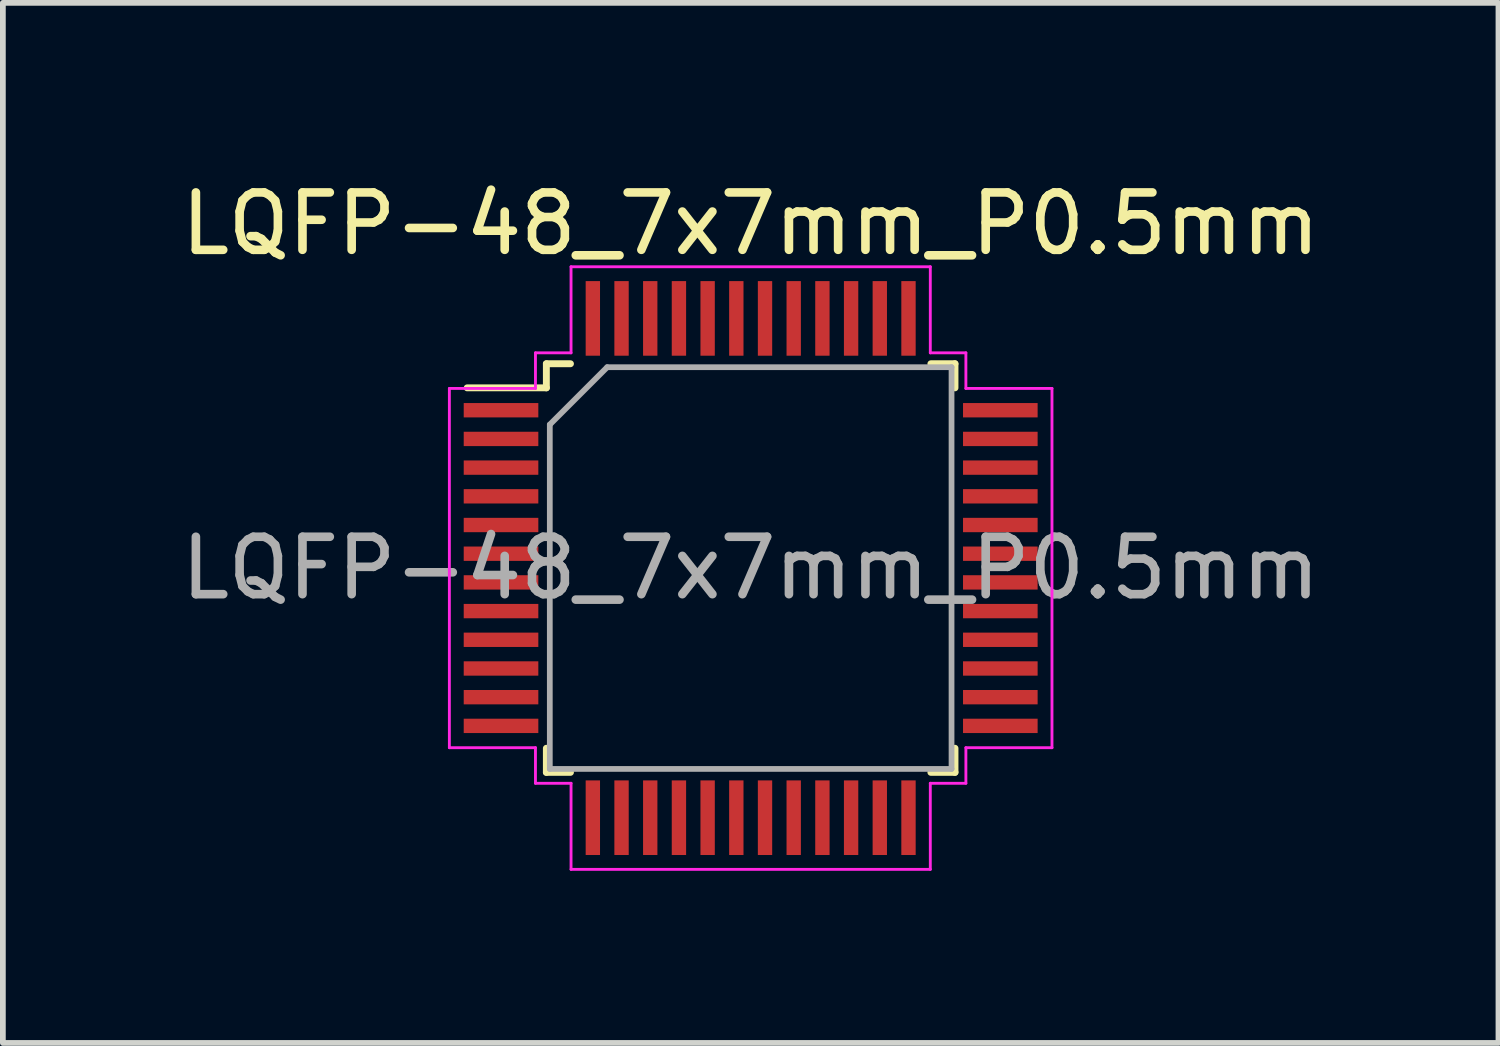
<source format=kicad_pcb>
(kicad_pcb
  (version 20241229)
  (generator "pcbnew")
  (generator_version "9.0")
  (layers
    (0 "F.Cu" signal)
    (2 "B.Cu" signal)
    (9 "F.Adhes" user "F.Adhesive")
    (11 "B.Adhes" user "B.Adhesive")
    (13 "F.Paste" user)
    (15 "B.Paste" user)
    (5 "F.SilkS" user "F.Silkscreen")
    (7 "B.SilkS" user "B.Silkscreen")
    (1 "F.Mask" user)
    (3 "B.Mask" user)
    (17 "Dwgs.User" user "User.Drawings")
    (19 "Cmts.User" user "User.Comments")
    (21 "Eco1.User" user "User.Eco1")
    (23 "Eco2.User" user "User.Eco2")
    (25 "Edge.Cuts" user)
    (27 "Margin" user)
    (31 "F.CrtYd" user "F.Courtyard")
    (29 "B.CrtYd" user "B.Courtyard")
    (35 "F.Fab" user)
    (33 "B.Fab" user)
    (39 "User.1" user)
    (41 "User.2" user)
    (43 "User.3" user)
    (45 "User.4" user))
  (footprint "LQFP-48_7x7mm_P0.5mm"
    (layer "F.Cu")
    (at 10.03 6.848)
    (property "Reference" "LQFP-48_7x7mm_P0.5mm" (at 0 -6 0) (layer "F.SilkS") (effects (font (size 1 1) (thickness 0.15))))
    (attr smd)
    (fp_line (start -3.56 -3.56) (end -3.56 -3.14) (stroke (width 0.12) (type solid)) (layer "F.SilkS"))
    (fp_line (start -3.56 -3.56) (end -3.14 -3.56) (stroke (width 0.12) (type solid)) (layer "F.SilkS"))
    (fp_line (start -3.56 -3.14) (end -4.94 -3.14) (stroke (width 0.12) (type solid)) (layer "F.SilkS"))
    (fp_line (start -3.56 3.56) (end -3.56 3.14) (stroke (width 0.12) (type solid)) (layer "F.SilkS"))
    (fp_line (start -3.56 3.56) (end -3.14 3.56) (stroke (width 0.12) (type solid)) (layer "F.SilkS"))
    (fp_line (start 3.56 -3.56) (end 3.14 -3.56) (stroke (width 0.12) (type solid)) (layer "F.SilkS"))
    (fp_line (start 3.56 -3.56) (end 3.56 -3.14) (stroke (width 0.12) (type solid)) (layer "F.SilkS"))
    (fp_line (start 3.56 3.56) (end 3.14 3.56) (stroke (width 0.12) (type solid)) (layer "F.SilkS"))
    (fp_line (start 3.56 3.56) (end 3.56 3.14) (stroke (width 0.12) (type solid)) (layer "F.SilkS"))
    (fp_line (start -5.25 -3.13) (end -5.25 3.13) (stroke (width 0.05) (type solid)) (layer "F.CrtYd"))
    (fp_line (start -3.75 -3.13) (end -5.25 -3.13) (stroke (width 0.05) (type solid)) (layer "F.CrtYd"))
    (fp_line (start -3.75 -3.13) (end -3.75 -3.75) (stroke (width 0.05) (type solid)) (layer "F.CrtYd"))
    (fp_line (start -3.75 3.13) (end -5.25 3.13) (stroke (width 0.05) (type solid)) (layer "F.CrtYd"))
    (fp_line (start -3.75 3.13) (end -3.75 3.75) (stroke (width 0.05) (type solid)) (layer "F.CrtYd"))
    (fp_line (start -3.13 -5.25) (end 3.13 -5.25) (stroke (width 0.05) (type solid)) (layer "F.CrtYd"))
    (fp_line (start -3.13 -3.75) (end -3.75 -3.75) (stroke (width 0.05) (type solid)) (layer "F.CrtYd"))
    (fp_line (start -3.13 -3.75) (end -3.13 -5.25) (stroke (width 0.05) (type solid)) (layer "F.CrtYd"))
    (fp_line (start -3.13 3.75) (end -3.75 3.75) (stroke (width 0.05) (type solid)) (layer "F.CrtYd"))
    (fp_line (start -3.13 3.75) (end -3.13 5.25) (stroke (width 0.05) (type solid)) (layer "F.CrtYd"))
    (fp_line (start -3.13 5.25) (end 3.13 5.25) (stroke (width 0.05) (type solid)) (layer "F.CrtYd"))
    (fp_line (start 3.13 -3.75) (end 3.13 -5.25) (stroke (width 0.05) (type solid)) (layer "F.CrtYd"))
    (fp_line (start 3.13 -3.75) (end 3.75 -3.75) (stroke (width 0.05) (type solid)) (layer "F.CrtYd"))
    (fp_line (start 3.13 3.75) (end 3.75 3.75) (stroke (width 0.05) (type solid)) (layer "F.CrtYd"))
    (fp_line (start 3.13 5.25) (end 3.13 3.75) (stroke (width 0.05) (type solid)) (layer "F.CrtYd"))
    (fp_line (start 3.75 -3.13) (end 3.75 -3.75) (stroke (width 0.05) (type solid)) (layer "F.CrtYd"))
    (fp_line (start 3.75 -3.13) (end 5.25 -3.13) (stroke (width 0.05) (type solid)) (layer "F.CrtYd"))
    (fp_line (start 3.75 3.13) (end 3.75 3.75) (stroke (width 0.05) (type solid)) (layer "F.CrtYd"))
    (fp_line (start 3.75 3.13) (end 5.25 3.13) (stroke (width 0.05) (type solid)) (layer "F.CrtYd"))
    (fp_line (start 5.25 -3.13) (end 5.25 3.13) (stroke (width 0.05) (type solid)) (layer "F.CrtYd"))
    (fp_line (start -3.5 -2.5) (end -2.5 -3.5) (stroke (width 0.1) (type solid)) (layer "F.Fab"))
    (fp_line (start -3.5 3.5) (end -3.5 -2.5) (stroke (width 0.1) (type solid)) (layer "F.Fab"))
    (fp_line (start -2.5 -3.5) (end 3.5 -3.5) (stroke (width 0.1) (type solid)) (layer "F.Fab"))
    (fp_line (start 3.5 -3.5) (end 3.5 3.5) (stroke (width 0.1) (type solid)) (layer "F.Fab"))
    (fp_line (start 3.5 3.5) (end -3.5 3.5) (stroke (width 0.1) (type solid)) (layer "F.Fab"))
    (fp_text user "${REFERENCE}" (at 0 0 0) (layer "F.Fab") (effects (font (size 1 1) (thickness 0.15))))
    (pad "1" smd rect (at -4.35 -2.75) (size 1.3 0.25) (layers "F.Cu" "F.Mask" "F.Paste"))
    (pad "2" smd rect (at -4.35 -2.25) (size 1.3 0.25) (layers "F.Cu" "F.Mask" "F.Paste"))
    (pad "3" smd rect (at -4.35 -1.75) (size 1.3 0.25) (layers "F.Cu" "F.Mask" "F.Paste"))
    (pad "4" smd rect (at -4.35 -1.25) (size 1.3 0.25) (layers "F.Cu" "F.Mask" "F.Paste"))
    (pad "5" smd rect (at -4.35 -0.75) (size 1.3 0.25) (layers "F.Cu" "F.Mask" "F.Paste"))
    (pad "6" smd rect (at -4.35 -0.25) (size 1.3 0.25) (layers "F.Cu" "F.Mask" "F.Paste"))
    (pad "7" smd rect (at -4.35 0.25) (size 1.3 0.25) (layers "F.Cu" "F.Mask" "F.Paste"))
    (pad "8" smd rect (at -4.35 0.75) (size 1.3 0.25) (layers "F.Cu" "F.Mask" "F.Paste"))
    (pad "9" smd rect (at -4.35 1.25) (size 1.3 0.25) (layers "F.Cu" "F.Mask" "F.Paste"))
    (pad "10" smd rect (at -4.35 1.75) (size 1.3 0.25) (layers "F.Cu" "F.Mask" "F.Paste"))
    (pad "11" smd rect (at -4.35 2.25) (size 1.3 0.25) (layers "F.Cu" "F.Mask" "F.Paste"))
    (pad "12" smd rect (at -4.35 2.75) (size 1.3 0.25) (layers "F.Cu" "F.Mask" "F.Paste"))
    (pad "13" smd rect (at -2.75 4.35 90) (size 1.3 0.25) (layers "F.Cu" "F.Mask" "F.Paste"))
    (pad "14" smd rect (at -2.25 4.35 90) (size 1.3 0.25) (layers "F.Cu" "F.Mask" "F.Paste"))
    (pad "15" smd rect (at -1.75 4.35 90) (size 1.3 0.25) (layers "F.Cu" "F.Mask" "F.Paste"))
    (pad "16" smd rect (at -1.25 4.35 90) (size 1.3 0.25) (layers "F.Cu" "F.Mask" "F.Paste"))
    (pad "17" smd rect (at -0.75 4.35 90) (size 1.3 0.25) (layers "F.Cu" "F.Mask" "F.Paste"))
    (pad "18" smd rect (at -0.25 4.35 90) (size 1.3 0.25) (layers "F.Cu" "F.Mask" "F.Paste"))
    (pad "19" smd rect (at 0.25 4.35 90) (size 1.3 0.25) (layers "F.Cu" "F.Mask" "F.Paste"))
    (pad "20" smd rect (at 0.75 4.35 90) (size 1.3 0.25) (layers "F.Cu" "F.Mask" "F.Paste"))
    (pad "21" smd rect (at 1.25 4.35 90) (size 1.3 0.25) (layers "F.Cu" "F.Mask" "F.Paste"))
    (pad "22" smd rect (at 1.75 4.35 90) (size 1.3 0.25) (layers "F.Cu" "F.Mask" "F.Paste"))
    (pad "23" smd rect (at 2.25 4.35 90) (size 1.3 0.25) (layers "F.Cu" "F.Mask" "F.Paste"))
    (pad "24" smd rect (at 2.75 4.35 90) (size 1.3 0.25) (layers "F.Cu" "F.Mask" "F.Paste"))
    (pad "25" smd rect (at 4.35 2.75) (size 1.3 0.25) (layers "F.Cu" "F.Mask" "F.Paste"))
    (pad "26" smd rect (at 4.35 2.25) (size 1.3 0.25) (layers "F.Cu" "F.Mask" "F.Paste"))
    (pad "27" smd rect (at 4.35 1.75) (size 1.3 0.25) (layers "F.Cu" "F.Mask" "F.Paste"))
    (pad "28" smd rect (at 4.35 1.25) (size 1.3 0.25) (layers "F.Cu" "F.Mask" "F.Paste"))
    (pad "29" smd rect (at 4.35 0.75) (size 1.3 0.25) (layers "F.Cu" "F.Mask" "F.Paste"))
    (pad "30" smd rect (at 4.35 0.25) (size 1.3 0.25) (layers "F.Cu" "F.Mask" "F.Paste"))
    (pad "31" smd rect (at 4.35 -0.25) (size 1.3 0.25) (layers "F.Cu" "F.Mask" "F.Paste"))
    (pad "32" smd rect (at 4.35 -0.75) (size 1.3 0.25) (layers "F.Cu" "F.Mask" "F.Paste"))
    (pad "33" smd rect (at 4.35 -1.25) (size 1.3 0.25) (layers "F.Cu" "F.Mask" "F.Paste"))
    (pad "34" smd rect (at 4.35 -1.75) (size 1.3 0.25) (layers "F.Cu" "F.Mask" "F.Paste"))
    (pad "35" smd rect (at 4.35 -2.25) (size 1.3 0.25) (layers "F.Cu" "F.Mask" "F.Paste"))
    (pad "36" smd rect (at 4.35 -2.75) (size 1.3 0.25) (layers "F.Cu" "F.Mask" "F.Paste"))
    (pad "37" smd rect (at 2.75 -4.35 90) (size 1.3 0.25) (layers "F.Cu" "F.Mask" "F.Paste"))
    (pad "38" smd rect (at 2.25 -4.35 90) (size 1.3 0.25) (layers "F.Cu" "F.Mask" "F.Paste"))
    (pad "39" smd rect (at 1.75 -4.35 90) (size 1.3 0.25) (layers "F.Cu" "F.Mask" "F.Paste"))
    (pad "40" smd rect (at 1.25 -4.35 90) (size 1.3 0.25) (layers "F.Cu" "F.Mask" "F.Paste"))
    (pad "41" smd rect (at 0.75 -4.35 90) (size 1.3 0.25) (layers "F.Cu" "F.Mask" "F.Paste"))
    (pad "42" smd rect (at 0.25 -4.35 90) (size 1.3 0.25) (layers "F.Cu" "F.Mask" "F.Paste"))
    (pad "43" smd rect (at -0.25 -4.35 90) (size 1.3 0.25) (layers "F.Cu" "F.Mask" "F.Paste"))
    (pad "44" smd rect (at -0.75 -4.35 90) (size 1.3 0.25) (layers "F.Cu" "F.Mask" "F.Paste"))
    (pad "45" smd rect (at -1.25 -4.35 90) (size 1.3 0.25) (layers "F.Cu" "F.Mask" "F.Paste"))
    (pad "46" smd rect (at -1.75 -4.35 90) (size 1.3 0.25) (layers "F.Cu" "F.Mask" "F.Paste"))
    (pad "47" smd rect (at -2.25 -4.35 90) (size 1.3 0.25) (layers "F.Cu" "F.Mask" "F.Paste"))
    (pad "48" smd rect (at -2.75 -4.35 90) (size 1.3 0.25) (layers "F.Cu" "F.Mask" "F.Paste")))
  (gr_rect
    (start -3 -3)
    (end 23.06 15.123)
    (stroke (width 0.1) (type default))
    (fill no)
    (layer "Edge.Cuts")))
</source>
